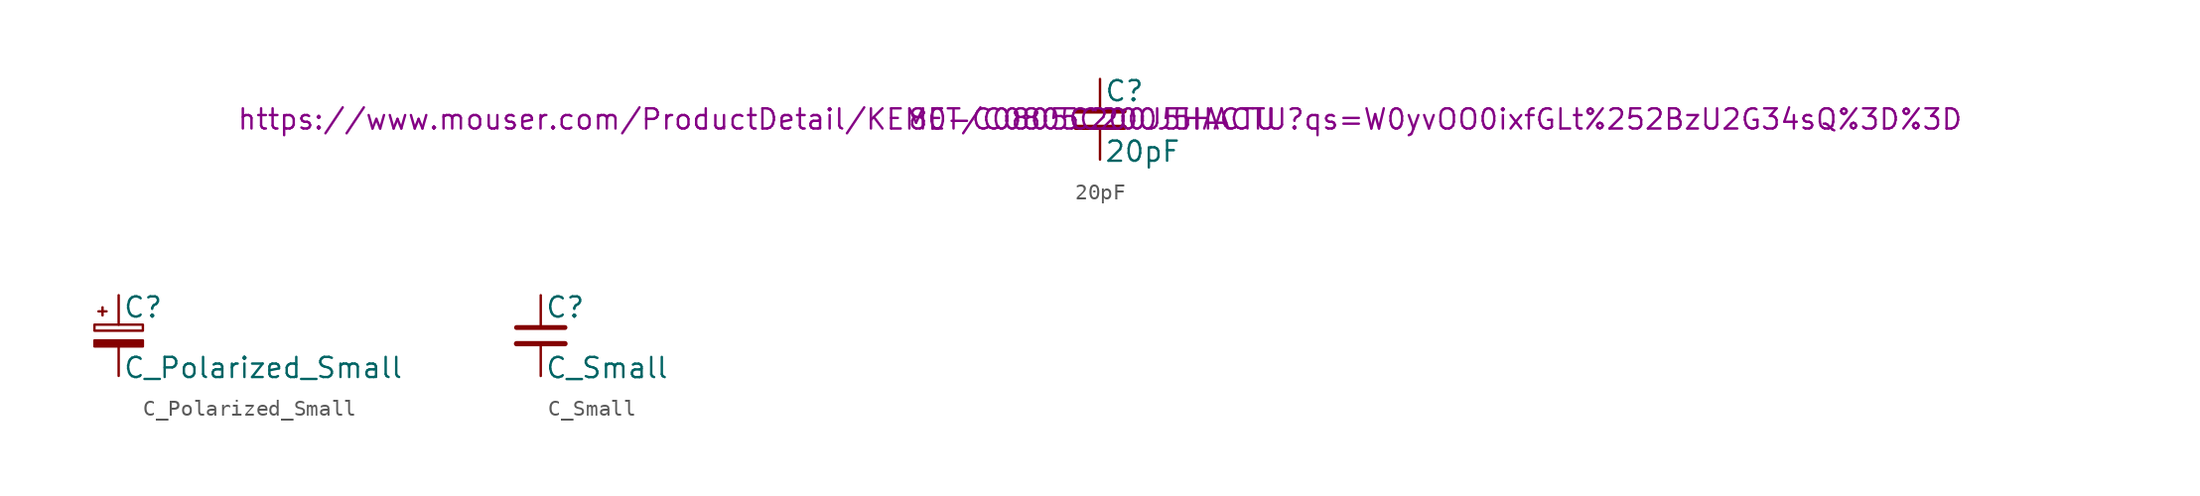
<source format=kicad_sym>
(kicad_symbol_lib
  (version 20231120)
  (generator "kicad_symbol_editor")
  (generator_version "8.0")
  (symbol "20pF"
    (pin_numbers hide)
    (pin_names
      (offset 0.254) hide)
    (property "Reference" "C"
      (at 0.254 1.778 0)
      (effects (font (size 1.27 1.27)) (justify left)))
    (property "Value" "20pF"
      (at 0.254 -2.032 0)
      (effects (font (size 1.27 1.27)) (justify left)))
    (property "Digikey part number" ""
      (at 0 0 0)
      (effects (font (size 1.27 1.27))))
    (property "Mouser part number" "80-C0805C200J5HACTU "
      (at 0 0 0)
      (effects (font (size 1.27 1.27))))
    (property "Mouser url" "https://www.mouser.com/ProductDetail/KEMET/C0805C200J5HACTU?qs=W0yvOO0ixfGLt%252BzU2G34sQ%3D%3D"
      (at 0 0 0)
      (effects (font (size 1.27 1.27))))
    (symbol "20pF_0_1"
      (polyline (pts (xy -1.524 -0.508) (xy 1.524 -0.508)) (stroke (width 0.33) (type default)) (fill (type none)))
      (polyline (pts (xy -1.524 0.508) (xy 1.524 0.508)) (stroke (width 0.305) (type default)) (fill (type none))))
    (symbol "20pF_1_1"
      (pin passive line (at 0 2.54 270) (length 2.032) (name "~" (effects (font (size 1.27 1.27)))) (number "1" (effects (font (size 1.27 1.27)))))
      (pin passive line (at 0 -2.54 90) (length 2.032) (name "~" (effects (font (size 1.27 1.27)))) (number "2" (effects (font (size 1.27 1.27)))))))
  (symbol "C_Polarized_Small"
    (pin_numbers hide)
    (pin_names
      (offset 0.254) hide)
    (property "Reference" "C"
      (at 0.254 1.778 0)
      (effects (font (size 1.27 1.27)) (justify left)))
    (property "Value" "C_Polarized_Small"
      (at 0.254 -2.032 0)
      (effects (font (size 1.27 1.27)) (justify left)))
    (property "Digikey part number" ""
      (at 0 0 0)
      (effects (font (size 1.27 1.27))))
    (symbol "C_Polarized_Small_0_1"
      (rectangle (start -1.524 -0.305) (end 1.524 -0.686) (stroke (width 0) (type default)) (fill (type outline)))
      (rectangle (start -1.524 0.686) (end 1.524 0.305) (stroke (width 0) (type default)) (fill (type none)))
      (polyline (pts (xy -1.27 1.524) (xy -0.762 1.524)) (stroke (width 0) (type default)) (fill (type none)))
      (polyline (pts (xy -1.016 1.27) (xy -1.016 1.778)) (stroke (width 0) (type default)) (fill (type none))))
    (symbol "C_Polarized_Small_1_1"
      (pin passive line (at 0 2.54 270) (length 1.854) (name "~" (effects (font (size 1.27 1.27)))) (number "1" (effects (font (size 1.27 1.27)))))
      (pin passive line (at 0 -2.54 90) (length 1.854) (name "~" (effects (font (size 1.27 1.27)))) (number "2" (effects (font (size 1.27 1.27)))))))
  (symbol "C_Small"
    (pin_numbers hide)
    (pin_names
      (offset 0.254) hide)
    (property "Reference" "C"
      (at 0.254 1.778 0)
      (effects (font (size 1.27 1.27)) (justify left)))
    (property "Value" "C_Small"
      (at 0.254 -2.032 0)
      (effects (font (size 1.27 1.27)) (justify left)))
    (property "Digikey part number" ""
      (at 0 0 0)
      (effects (font (size 1.27 1.27))))
    (symbol "C_Small_0_1"
      (polyline (pts (xy -1.524 -0.508) (xy 1.524 -0.508)) (stroke (width 0.33) (type default)) (fill (type none)))
      (polyline (pts (xy -1.524 0.508) (xy 1.524 0.508)) (stroke (width 0.305) (type default)) (fill (type none))))
    (symbol "C_Small_1_1"
      (pin passive line (at 0 2.54 270) (length 2.032) (name "~" (effects (font (size 1.27 1.27)))) (number "1" (effects (font (size 1.27 1.27)))))
      (pin passive line (at 0 -2.54 90) (length 2.032) (name "~" (effects (font (size 1.27 1.27)))) (number "2" (effects (font (size 1.27 1.27))))))))
</source>
